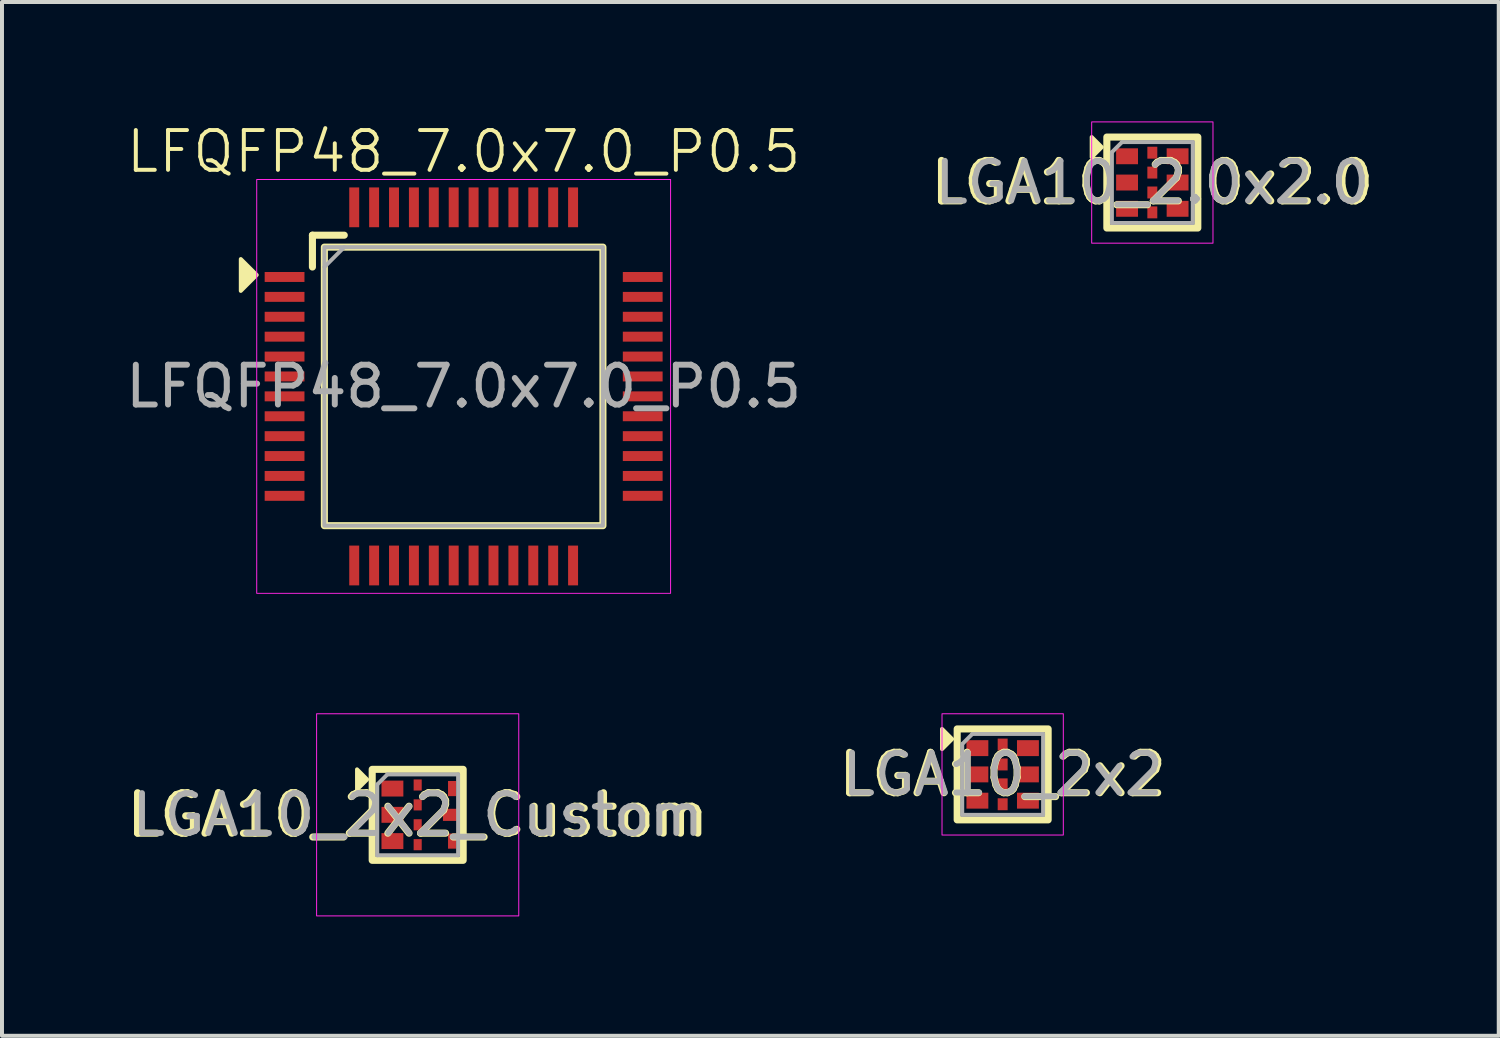
<source format=kicad_pcb>
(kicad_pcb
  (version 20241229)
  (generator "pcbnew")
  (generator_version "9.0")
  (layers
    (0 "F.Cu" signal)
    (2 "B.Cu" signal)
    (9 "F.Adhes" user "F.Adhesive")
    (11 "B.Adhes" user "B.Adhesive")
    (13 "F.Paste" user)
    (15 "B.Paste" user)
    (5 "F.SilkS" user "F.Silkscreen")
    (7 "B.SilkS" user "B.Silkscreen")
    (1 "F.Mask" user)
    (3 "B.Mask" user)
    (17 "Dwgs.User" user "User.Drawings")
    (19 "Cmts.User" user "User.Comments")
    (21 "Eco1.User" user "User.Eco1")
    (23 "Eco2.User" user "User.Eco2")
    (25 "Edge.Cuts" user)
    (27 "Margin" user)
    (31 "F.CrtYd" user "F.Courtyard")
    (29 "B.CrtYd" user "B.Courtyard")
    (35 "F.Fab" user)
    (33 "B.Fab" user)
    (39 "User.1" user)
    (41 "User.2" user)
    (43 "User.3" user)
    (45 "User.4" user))
  (footprint "LGA10_2.0x2.0"
    (layer "F.Cu")
    (at 25.907 1.537)
    (property "Reference" "LGA10_2.0x2.0" (at 0 0 0) (layer "F.SilkS") (effects (font (size 1.016 1.016) (thickness 0.178))))
    (attr smd)
    (fp_rect (start -1.143 -1.143) (end 1.143 1.143) (stroke (width 0.178) (type solid)) (fill no) (layer "F.SilkS"))
    (fp_poly (pts (xy -1.27 -0.889) (xy -1.524 -0.635) (xy -1.524 -1.143)) (stroke (width 0.1) (type solid)) (fill yes) (layer "F.SilkS"))
    (fp_rect (start -1.524 -1.524) (end 1.524 1.524) (stroke (width 0.025) (type solid)) (fill no) (layer "F.CrtYd"))
    (fp_line (start -1.016 -0.762) (end -1.016 1.016) (stroke (width 0.1) (type solid)) (layer "F.Fab"))
    (fp_line (start -1.016 1.016) (end 1.016 1.016) (stroke (width 0.1) (type solid)) (layer "F.Fab"))
    (fp_line (start -0.762 -1.016) (end -1.016 -0.762) (stroke (width 0.1) (type solid)) (layer "F.Fab"))
    (fp_line (start 1.016 -1.016) (end -0.762 -1.016) (stroke (width 0.1) (type solid)) (layer "F.Fab"))
    (fp_line (start 1.016 1.016) (end 1.016 -1.016) (stroke (width 0.1) (type solid)) (layer "F.Fab"))
    (fp_text user "${REFERENCE}" (at 0 0 0) (layer "F.Fab") (effects (font (size 1 1) (thickness 0.15))))
    (pad "1" smd rect (at -0.635 -0.66) (size 0.55 0.4) (layers "F.Cu" "F.Mask" "F.Paste"))
    (pad "2" smd rect (at -0.635 0) (size 0.55 0.4) (layers "F.Cu" "F.Mask" "F.Paste"))
    (pad "3" smd rect (at -0.635 0.66) (size 0.55 0.4) (layers "F.Cu" "F.Mask" "F.Paste"))
    (pad "4" smd rect (at 0.635 0.66) (size 0.55 0.4) (layers "F.Cu" "F.Mask" "F.Paste"))
    (pad "5" smd rect (at 0.635 0) (size 0.55 0.4) (layers "F.Cu" "F.Mask" "F.Paste"))
    (pad "6" smd rect (at 0.635 -0.66) (size 0.55 0.4) (layers "F.Cu" "F.Mask" "F.Paste"))
    (pad "7" smd rect (at 0 -0.75) (size 0.25 0.3) (layers "F.Cu" "F.Mask" "F.Paste"))
    (pad "8" smd rect (at 0 -0.25) (size 0.25 0.3) (layers "F.Cu" "F.Mask" "F.Paste"))
    (pad "9" smd rect (at 0 0.25) (size 0.25 0.3) (layers "F.Cu" "F.Mask" "F.Paste"))
    (pad "10" smd rect (at 0 0.75) (size 0.25 0.3) (layers "F.Cu" "F.Mask" "F.Paste")))
  (footprint "LFQFP48_7.0x7.0_P0.5"
    (layer "F.Cu")
    (at 8.601 6.66)
    (property "Reference" "LFQFP48_7.0x7.0_P0.5" (at 0 -5.9 0) (unlocked yes) (layer "F.SilkS") (effects (font (size 1 1) (thickness 0.1))))
    (attr smd)
    (fp_line (start -3.8 -3.8) (end -3 -3.8) (stroke (width 0.178) (type default)) (layer "F.SilkS"))
    (fp_line (start -3.8 -3) (end -3.8 -3.8) (stroke (width 0.178) (type default)) (layer "F.SilkS"))
    (fp_rect (start -3.5 -3.5) (end 3.5 3.5) (stroke (width 0.178) (type default)) (fill no) (layer "F.SilkS"))
    (fp_poly (pts (xy -5.2 -2.8) (xy -5.6 -3.2) (xy -5.6 -2.4)) (stroke (width 0.1) (type solid)) (fill yes) (layer "F.SilkS"))
    (fp_rect (start -5.2 -5.2) (end 5.2 5.2) (stroke (width 0.025) (type default)) (fill no) (layer "F.CrtYd"))
    (fp_line (start -3.5 -3) (end -3 -3.5) (stroke (width 0.1) (type default)) (layer "F.Fab"))
    (fp_rect (start -3.5 -3.5) (end 3.5 3.5) (stroke (width 0.1) (type default)) (fill no) (layer "F.Fab"))
    (fp_text user "${REFERENCE}" (at 0 0 0) (unlocked yes) (layer "F.Fab") (effects (font (size 1 1) (thickness 0.15))))
    (pad "1" smd rect (at -4.5 -2.75) (size 1 0.25) (layers "F.Cu" "F.Mask" "F.Paste"))
    (pad "2" smd rect (at -4.5 -2.25) (size 1 0.25) (layers "F.Cu" "F.Mask" "F.Paste"))
    (pad "3" smd rect (at -4.5 -1.75) (size 1 0.25) (layers "F.Cu" "F.Mask" "F.Paste"))
    (pad "4" smd rect (at -4.5 -1.25) (size 1 0.25) (layers "F.Cu" "F.Mask" "F.Paste"))
    (pad "5" smd rect (at -4.5 -0.75) (size 1 0.25) (layers "F.Cu" "F.Mask" "F.Paste"))
    (pad "6" smd rect (at -4.5 -0.25) (size 1 0.25) (layers "F.Cu" "F.Mask" "F.Paste"))
    (pad "7" smd rect (at -4.5 0.25) (size 1 0.25) (layers "F.Cu" "F.Mask" "F.Paste"))
    (pad "8" smd rect (at -4.5 0.75) (size 1 0.25) (layers "F.Cu" "F.Mask" "F.Paste"))
    (pad "9" smd rect (at -4.5 1.25) (size 1 0.25) (layers "F.Cu" "F.Mask" "F.Paste"))
    (pad "10" smd rect (at -4.5 1.75) (size 1 0.25) (layers "F.Cu" "F.Mask" "F.Paste"))
    (pad "11" smd rect (at -4.5 2.25) (size 1 0.25) (layers "F.Cu" "F.Mask" "F.Paste"))
    (pad "12" smd rect (at -4.5 2.75) (size 1 0.25) (layers "F.Cu" "F.Mask" "F.Paste"))
    (pad "13" smd rect (at -2.75 4.5) (size 0.25 1) (layers "F.Cu" "F.Mask" "F.Paste"))
    (pad "14" smd rect (at -2.25 4.5) (size 0.25 1) (layers "F.Cu" "F.Mask" "F.Paste"))
    (pad "15" smd rect (at -1.75 4.5) (size 0.25 1) (layers "F.Cu" "F.Mask" "F.Paste"))
    (pad "16" smd rect (at -1.25 4.5) (size 0.25 1) (layers "F.Cu" "F.Mask" "F.Paste"))
    (pad "17" smd rect (at -0.75 4.5) (size 0.25 1) (layers "F.Cu" "F.Mask" "F.Paste"))
    (pad "18" smd rect (at -0.25 4.5) (size 0.25 1) (layers "F.Cu" "F.Mask" "F.Paste"))
    (pad "19" smd rect (at 0.25 4.5) (size 0.25 1) (layers "F.Cu" "F.Mask" "F.Paste"))
    (pad "20" smd rect (at 0.75 4.5) (size 0.25 1) (layers "F.Cu" "F.Mask" "F.Paste"))
    (pad "21" smd rect (at 1.25 4.5) (size 0.25 1) (layers "F.Cu" "F.Mask" "F.Paste"))
    (pad "22" smd rect (at 1.75 4.5) (size 0.25 1) (layers "F.Cu" "F.Mask" "F.Paste"))
    (pad "23" smd rect (at 2.25 4.5) (size 0.25 1) (layers "F.Cu" "F.Mask" "F.Paste"))
    (pad "24" smd rect (at 2.75 4.5) (size 0.25 1) (layers "F.Cu" "F.Mask" "F.Paste"))
    (pad "25" smd rect (at 4.5 2.75) (size 1 0.25) (layers "F.Cu" "F.Mask" "F.Paste"))
    (pad "26" smd rect (at 4.5 2.25) (size 1 0.25) (layers "F.Cu" "F.Mask" "F.Paste"))
    (pad "27" smd rect (at 4.5 1.75) (size 1 0.25) (layers "F.Cu" "F.Mask" "F.Paste"))
    (pad "28" smd rect (at 4.5 1.25) (size 1 0.25) (layers "F.Cu" "F.Mask" "F.Paste"))
    (pad "29" smd rect (at 4.5 0.75) (size 1 0.25) (layers "F.Cu" "F.Mask" "F.Paste"))
    (pad "30" smd rect (at 4.5 0.25) (size 1 0.25) (layers "F.Cu" "F.Mask" "F.Paste"))
    (pad "31" smd rect (at 4.5 -0.25) (size 1 0.25) (layers "F.Cu" "F.Mask" "F.Paste"))
    (pad "32" smd rect (at 4.5 -0.75) (size 1 0.25) (layers "F.Cu" "F.Mask" "F.Paste"))
    (pad "33" smd rect (at 4.5 -1.25) (size 1 0.25) (layers "F.Cu" "F.Mask" "F.Paste"))
    (pad "34" smd rect (at 4.5 -1.75) (size 1 0.25) (layers "F.Cu" "F.Mask" "F.Paste"))
    (pad "35" smd rect (at 4.5 -2.25) (size 1 0.25) (layers "F.Cu" "F.Mask" "F.Paste"))
    (pad "36" smd rect (at 4.5 -2.75) (size 1 0.25) (layers "F.Cu" "F.Mask" "F.Paste"))
    (pad "37" smd rect (at 2.75 -4.5) (size 0.25 1) (layers "F.Cu" "F.Mask" "F.Paste"))
    (pad "38" smd rect (at 2.25 -4.5) (size 0.25 1) (layers "F.Cu" "F.Mask" "F.Paste"))
    (pad "39" smd rect (at 1.75 -4.5) (size 0.25 1) (layers "F.Cu" "F.Mask" "F.Paste"))
    (pad "40" smd rect (at 1.25 -4.5) (size 0.25 1) (layers "F.Cu" "F.Mask" "F.Paste"))
    (pad "41" smd rect (at 0.75 -4.5) (size 0.25 1) (layers "F.Cu" "F.Mask" "F.Paste"))
    (pad "42" smd rect (at 0.25 -4.5) (size 0.25 1) (layers "F.Cu" "F.Mask" "F.Paste"))
    (pad "43" smd rect (at -0.25 -4.5) (size 0.25 1) (layers "F.Cu" "F.Mask" "F.Paste"))
    (pad "44" smd rect (at -0.75 -4.5) (size 0.25 1) (layers "F.Cu" "F.Mask" "F.Paste"))
    (pad "45" smd rect (at -1.25 -4.5) (size 0.25 1) (layers "F.Cu" "F.Mask" "F.Paste"))
    (pad "46" smd rect (at -1.75 -4.5) (size 0.25 1) (layers "F.Cu" "F.Mask" "F.Paste"))
    (pad "47" smd rect (at -2.25 -4.5) (size 0.25 1) (layers "F.Cu" "F.Mask" "F.Paste"))
    (pad "48" smd rect (at -2.75 -4.5) (size 0.25 1) (layers "F.Cu" "F.Mask" "F.Paste")))
  (footprint "LGA10_2x2_Custom"
    (layer "F.Cu")
    (at 7.446 17.426)
    (property "Reference" "LGA10_2x2_Custom" (at 0 0 0) (layer "F.SilkS") (effects (font (size 1.016 1.016) (thickness 0.178))))
    (attr smd)
    (fp_rect (start -1.143 -1.143) (end 1.143 1.143) (stroke (width 0.178) (type solid)) (fill no) (layer "F.SilkS"))
    (fp_poly (pts (xy -1.27 -0.889) (xy -1.524 -0.635) (xy -1.524 -1.143)) (stroke (width 0.1) (type solid)) (fill yes) (layer "F.SilkS"))
    (fp_rect (start -2.54 -2.54) (end 2.54 2.54) (stroke (width 0.025) (type solid)) (fill no) (layer "F.CrtYd"))
    (fp_line (start -1.016 -0.762) (end -1.016 1.016) (stroke (width 0.1) (type solid)) (layer "F.Fab"))
    (fp_line (start -1.016 1.016) (end 1.016 1.016) (stroke (width 0.1) (type solid)) (layer "F.Fab"))
    (fp_line (start -0.762 -1.016) (end -1.016 -0.762) (stroke (width 0.1) (type solid)) (layer "F.Fab"))
    (fp_line (start 1.016 -1.016) (end -0.762 -1.016) (stroke (width 0.1) (type solid)) (layer "F.Fab"))
    (fp_line (start 1.016 1.016) (end 1.016 -1.016) (stroke (width 0.1) (type solid)) (layer "F.Fab"))
    (fp_text user "${REFERENCE}" (at 0 0 0) (layer "F.Fab") (effects (font (size 1 1) (thickness 0.15))))
    (pad "1" smd rect (at -0.635 -0.66) (size 0.55 0.4) (layers "F.Cu" "F.Mask" "F.Paste"))
    (pad "2" smd rect (at -0.635 0) (size 0.55 0.4) (layers "F.Cu" "F.Mask" "F.Paste"))
    (pad "3" smd rect (at -0.635 0.66) (size 0.55 0.4) (layers "F.Cu" "F.Mask" "F.Paste"))
    (pad "4" smd rect (at 0.864 0.66) (size 0.203 0.381) (layers "F.Cu" "F.Mask" "F.Paste"))
    (pad "5" smd rect (at 0.813 0) (size 0.356 0.305) (layers "F.Cu" "F.Mask" "F.Paste"))
    (pad "6" smd rect (at 0.864 -0.66) (size 0.203 0.381) (layers "F.Cu" "F.Mask" "F.Paste"))
    (pad "7" smd rect (at 0 -0.75) (size 0.203 0.279) (layers "F.Cu" "F.Mask" "F.Paste"))
    (pad "8" smd rect (at 0 -0.25) (size 0.203 0.279) (layers "F.Cu" "F.Mask" "F.Paste"))
    (pad "9" smd rect (at 0 0.25) (size 0.203 0.279) (layers "F.Cu" "F.Mask" "F.Paste"))
    (pad "10" smd rect (at 0 0.75) (size 0.203 0.279) (layers "F.Cu" "F.Mask" "F.Paste")))
  (footprint "LGA10_2x2"
    (layer "F.Cu")
    (at 22.146 16.41)
    (property "Reference" "LGA10_2x2" (at 0 0 0) (layer "F.SilkS") (effects (font (size 1.016 1.016) (thickness 0.178))))
    (attr smd)
    (fp_rect (start -1.143 -1.143) (end 1.143 1.143) (stroke (width 0.178) (type solid)) (fill no) (layer "F.SilkS"))
    (fp_poly (pts (xy -1.27 -0.889) (xy -1.524 -0.635) (xy -1.524 -1.143)) (stroke (width 0.1) (type solid)) (fill yes) (layer "F.SilkS"))
    (fp_rect (start -1.524 -1.524) (end 1.524 1.524) (stroke (width 0.025) (type solid)) (fill no) (layer "F.CrtYd"))
    (fp_line (start -1.016 -0.762) (end -1.016 1.016) (stroke (width 0.1) (type solid)) (layer "F.Fab"))
    (fp_line (start -1.016 1.016) (end 1.016 1.016) (stroke (width 0.1) (type solid)) (layer "F.Fab"))
    (fp_line (start -0.762 -1.016) (end -1.016 -0.762) (stroke (width 0.1) (type solid)) (layer "F.Fab"))
    (fp_line (start 1.016 -1.016) (end -0.762 -1.016) (stroke (width 0.1) (type solid)) (layer "F.Fab"))
    (fp_line (start 1.016 1.016) (end 1.016 -1.016) (stroke (width 0.1) (type solid)) (layer "F.Fab"))
    (fp_text user "${REFERENCE}" (at 0 0 0) (layer "F.Fab") (effects (font (size 1 1) (thickness 0.15))))
    (pad "1" smd rect (at -0.635 -0.66) (size 0.55 0.4) (layers "F.Cu" "F.Mask" "F.Paste"))
    (pad "2" smd rect (at -0.635 0) (size 0.55 0.4) (layers "F.Cu" "F.Mask" "F.Paste"))
    (pad "3" smd rect (at -0.635 0.66) (size 0.55 0.4) (layers "F.Cu" "F.Mask" "F.Paste"))
    (pad "4" smd rect (at 0.635 0.66) (size 0.55 0.4) (layers "F.Cu" "F.Mask" "F.Paste"))
    (pad "5" smd rect (at 0.635 0) (size 0.55 0.4) (layers "F.Cu" "F.Mask" "F.Paste"))
    (pad "6" smd rect (at 0.635 -0.66) (size 0.55 0.4) (layers "F.Cu" "F.Mask" "F.Paste"))
    (pad "7" smd rect (at 0 -0.75) (size 0.25 0.3) (layers "F.Cu" "F.Mask" "F.Paste"))
    (pad "8" smd rect (at 0 -0.25) (size 0.25 0.3) (layers "F.Cu" "F.Mask" "F.Paste"))
    (pad "9" smd rect (at 0 0.25) (size 0.25 0.3) (layers "F.Cu" "F.Mask" "F.Paste"))
    (pad "10" smd rect (at 0 0.75) (size 0.25 0.3) (layers "F.Cu" "F.Mask" "F.Paste")))
  (gr_rect
    (start -3 -3)
    (end 34.612 22.979)
    (stroke (width 0.1) (type default))
    (fill no)
    (layer "Edge.Cuts")))
</source>
